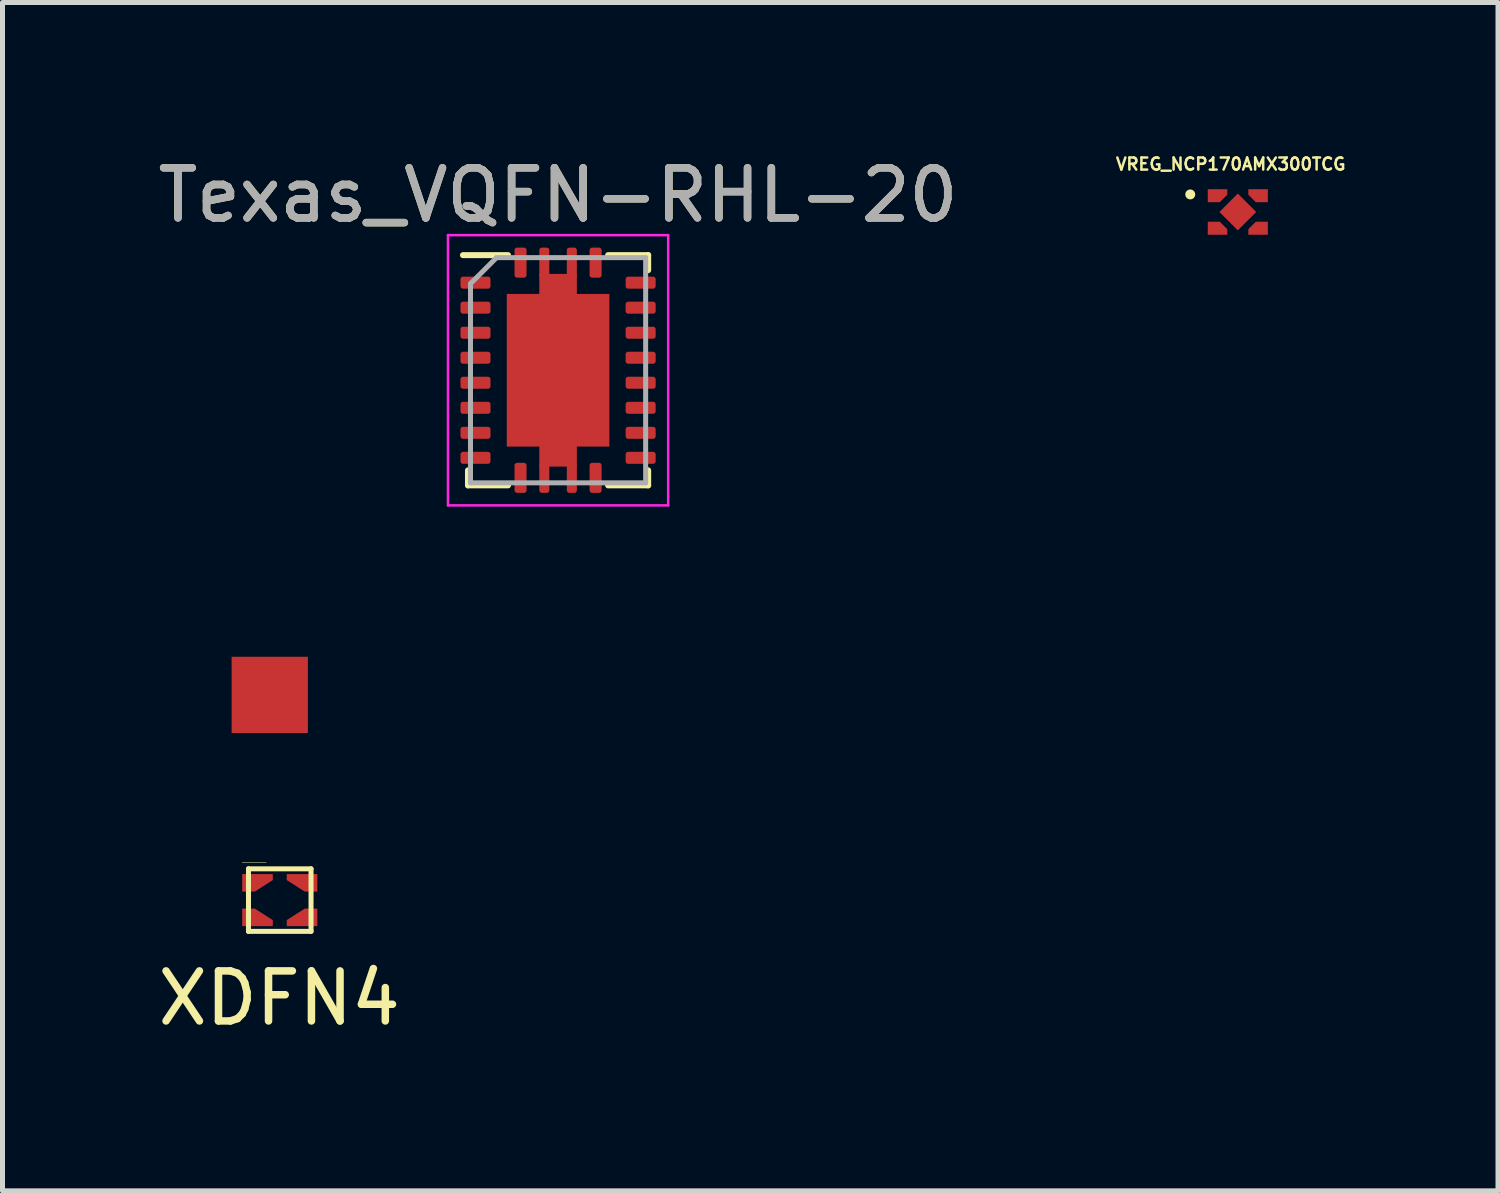
<source format=kicad_pcb>
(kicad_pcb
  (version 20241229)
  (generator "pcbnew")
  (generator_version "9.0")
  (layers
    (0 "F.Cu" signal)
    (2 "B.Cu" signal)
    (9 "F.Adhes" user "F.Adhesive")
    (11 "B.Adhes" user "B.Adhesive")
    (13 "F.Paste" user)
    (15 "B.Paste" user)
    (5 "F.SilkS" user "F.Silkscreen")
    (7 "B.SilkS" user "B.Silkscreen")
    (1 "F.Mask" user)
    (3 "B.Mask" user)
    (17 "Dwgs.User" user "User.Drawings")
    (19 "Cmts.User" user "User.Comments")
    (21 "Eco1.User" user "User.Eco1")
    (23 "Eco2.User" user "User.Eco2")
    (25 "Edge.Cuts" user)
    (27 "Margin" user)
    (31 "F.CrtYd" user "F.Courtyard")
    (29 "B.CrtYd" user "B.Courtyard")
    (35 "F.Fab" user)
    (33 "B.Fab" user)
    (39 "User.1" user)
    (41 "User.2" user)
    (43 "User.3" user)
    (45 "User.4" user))
  (footprint "XDFN4"
    (layer "F.Cu")
    (at 2.54 14.935)
    (property "Reference" "XDFN4" (at -0.01 1.96 0) (layer "F.SilkS") (effects (font (size 1 1) (thickness 0.15))))
    (attr through_hole)
    (fp_line (start -0.75 -0.75) (end -0.27 -0.75) (stroke (width 0.01) (type solid)) (layer "F.SilkS"))
    (fp_line (start -0.625 -0.625) (end -0.625 0.625) (stroke (width 0.1) (type solid)) (layer "F.SilkS"))
    (fp_line (start -0.625 -0.625) (end 0.625 -0.625) (stroke (width 0.1) (type solid)) (layer "F.SilkS"))
    (fp_line (start -0.625 0.625) (end 0.625 0.625) (stroke (width 0.1) (type solid)) (layer "F.SilkS"))
    (fp_line (start 0.625 -0.625) (end 0.625 0.625) (stroke (width 0.1) (type solid)) (layer "F.SilkS"))
    (pad "1" smd custom (at -0.62 0.39 180) (size 0.25 0.25) (layers "F.Cu" "F.Mask" "F.Paste") (options (anchor rect)) (primitives (gr_poly (pts (xy 0.13 -0.13) (xy -0.48 -0.13) (xy -0.48 -0.07) (xy -0.48 -0.01) (xy -0.12 0.22) (xy 0.13 0.22)) (width 0.001) (fill yes))))
    (pad "1" smd custom (at -0.2 -4.1) (size 1.524 1.524) (layers "F.Cu" "F.Mask" "F.Paste") (options (anchor rect)) (primitives))
    (pad "2" smd custom (at -0.62 -0.39) (size 0.25 0.25) (layers "F.Cu" "F.Mask" "F.Paste") (options (anchor rect)) (primitives (gr_poly (pts (xy -0.13 -0.13) (xy 0.48 -0.13) (xy 0.48 -0.07) (xy 0.48 -0.01) (xy 0.12 0.22) (xy -0.13 0.22)) (width 0.001) (fill yes))))
    (pad "2" smd custom (at 0.62 -0.39) (size 0.25 0.25) (layers "F.Cu" "F.Mask" "F.Paste") (options (anchor rect)) (primitives (gr_poly (pts (xy 0.13 -0.13) (xy -0.48 -0.13) (xy -0.48 -0.07) (xy -0.48 -0.01) (xy -0.12 0.22) (xy 0.13 0.22)) (width 0.001) (fill yes))))
    (pad "2" smd custom (at 0.62 0.39 180) (size 0.25 0.25) (layers "F.Cu" "F.Mask" "F.Paste") (options (anchor rect)) (primitives (gr_poly (pts (xy -0.13 -0.13) (xy 0.48 -0.13) (xy 0.48 -0.07) (xy 0.48 -0.01) (xy 0.12 0.22) (xy -0.13 0.22)) (width 0.001) (fill yes)))))
  (footprint "VREG_NCP170AMX300TCG"
    (layer "F.Cu")
    (at 21.683 1.185)
    (property "Reference" "VREG_NCP170AMX300TCG" (at -0.141 -0.956 0) (layer "F.SilkS") (effects (font (size 0.241 0.241) (thickness 0.05))))
    (attr smd)
    (fp_poly (pts (xy -0.21 -0.455) (xy -0.21 -0.345) (xy -0.36 -0.195) (xy -0.6 -0.195) (xy -0.6 -0.455) (xy -0.21 -0.455) (xy -0.21 -0.345)) (stroke (width 0.0001) (type solid)) (fill yes) (layer "F.Cu"))
    (fp_poly (pts (xy -0.21 0.455) (xy -0.21 0.345) (xy -0.36 0.195) (xy -0.6 0.195) (xy -0.6 0.455) (xy -0.21 0.455) (xy -0.21 0.345)) (stroke (width 0.0001) (type solid)) (fill yes) (layer "F.Cu"))
    (fp_poly (pts (xy 0.21 -0.455) (xy 0.21 -0.345) (xy 0.36 -0.195) (xy 0.6 -0.195) (xy 0.6 -0.455) (xy 0.21 -0.455) (xy 0.21 -0.345)) (stroke (width 0.0001) (type solid)) (fill yes) (layer "F.Cu"))
    (fp_poly (pts (xy 0.21 0.455) (xy 0.21 0.345) (xy 0.36 0.195) (xy 0.6 0.195) (xy 0.6 0.455) (xy 0.21 0.455) (xy 0.21 0.345)) (stroke (width 0.0001) (type solid)) (fill yes) (layer "F.Cu"))
    (fp_poly (pts (xy -0.11 -0.555) (xy -0.11 -0.345) (xy -0.36 -0.095) (xy -0.7 -0.095) (xy -0.7 -0.555)) (stroke (width 0.0001) (type solid)) (fill yes) (layer "F.Mask"))
    (fp_poly (pts (xy -0.11 0.555) (xy -0.11 0.345) (xy -0.36 0.095) (xy -0.7 0.095) (xy -0.7 0.555)) (stroke (width 0.0001) (type solid)) (fill yes) (layer "F.Mask"))
    (fp_poly (pts (xy 0.11 -0.555) (xy 0.11 -0.345) (xy 0.36 -0.095) (xy 0.7 -0.095) (xy 0.7 -0.555)) (stroke (width 0.0001) (type solid)) (fill yes) (layer "F.Mask"))
    (fp_poly (pts (xy 0.11 0.555) (xy 0.11 0.345) (xy 0.36 0.095) (xy 0.7 0.095) (xy 0.7 0.555)) (stroke (width 0.0001) (type solid)) (fill yes) (layer "F.Mask"))
    (fp_circle (center -0.95 -0.35) (end -0.9 -0.35) (stroke (width 0.1) (type solid)) (fill no) (layer "F.SilkS"))
    (fp_poly (pts (xy -0.21 -0.455) (xy -0.21 -0.345) (xy -0.36 -0.195) (xy -0.6 -0.195) (xy -0.6 -0.455) (xy -0.21 -0.455) (xy -0.21 -0.345)) (stroke (width 0.0001) (type solid)) (fill yes) (layer "F.Paste"))
    (fp_poly (pts (xy -0.21 0.455) (xy -0.21 0.345) (xy -0.36 0.195) (xy -0.6 0.195) (xy -0.6 0.455) (xy -0.21 0.455) (xy -0.21 0.345)) (stroke (width 0.0001) (type solid)) (fill yes) (layer "F.Paste"))
    (fp_poly (pts (xy 0.21 -0.455) (xy 0.21 -0.345) (xy 0.36 -0.195) (xy 0.6 -0.195) (xy 0.6 -0.455) (xy 0.21 -0.455) (xy 0.21 -0.345)) (stroke (width 0.0001) (type solid)) (fill yes) (layer "F.Paste"))
    (fp_poly (pts (xy 0.21 0.455) (xy 0.21 0.345) (xy 0.36 0.195) (xy 0.6 0.195) (xy 0.6 0.455) (xy 0.21 0.455) (xy 0.21 0.345)) (stroke (width 0.0001) (type solid)) (fill yes) (layer "F.Paste"))
    (fp_line (start -0.85 -0.75) (end 0.85 -0.75) (stroke (width 0.05) (type solid)) (layer "Eco1.User"))
    (fp_line (start -0.85 0.75) (end -0.85 -0.75) (stroke (width 0.05) (type solid)) (layer "Eco1.User"))
    (fp_line (start 0.85 -0.75) (end 0.85 0.75) (stroke (width 0.05) (type solid)) (layer "Eco1.User"))
    (fp_line (start 0.85 0.75) (end -0.85 0.75) (stroke (width 0.05) (type solid)) (layer "Eco1.User"))
    (fp_line (start -0.5 -0.5) (end 0.5 -0.5) (stroke (width 0.127) (type solid)) (layer "Eco2.User"))
    (fp_line (start -0.5 0.5) (end -0.5 -0.5) (stroke (width 0.127) (type solid)) (layer "Eco2.User"))
    (fp_line (start 0.5 -0.5) (end 0.5 0.5) (stroke (width 0.127) (type solid)) (layer "Eco2.User"))
    (fp_line (start 0.5 0.5) (end -0.5 0.5) (stroke (width 0.127) (type solid)) (layer "Eco2.User"))
    (pad "1" smd rect (at -0.45 -0.3 270) (size 0.1 0.1) (layers "F.Cu" "F.Mask" "F.Paste"))
    (pad "2" smd rect (at -0.45 0.3 270) (size 0.1 0.1) (layers "F.Cu" "F.Mask" "F.Paste"))
    (pad "3" smd rect (at 0.45 0.3 270) (size 0.1 0.1) (layers "F.Cu" "F.Mask" "F.Paste"))
    (pad "4" smd rect (at 0.45 -0.3 270) (size 0.1 0.1) (layers "F.Cu" "F.Mask" "F.Paste"))
    (pad "5" smd rect (at 0 0 315) (size 0.52 0.52) (layers "F.Cu" "F.Mask" "F.Paste")))
  (footprint "Texas_VQFN-RHL-20"
    (layer "F.Cu")
    (at 8.101 4.348)
    (property "Reference" "Texas_VQFN-RHL-20" (at 0 -3.5 0) (layer "F.SilkS") (effects (font (size 1 1) (thickness 0.15))))
    (attr smd)
    (fp_line (start -1.9 -2.3) (end -1 -2.3) (stroke (width 0.12) (type solid)) (layer "F.SilkS"))
    (fp_line (start -1.8 2) (end -1.8 2.3) (stroke (width 0.12) (type solid)) (layer "F.SilkS"))
    (fp_line (start -1.8 2.3) (end -1 2.3) (stroke (width 0.12) (type solid)) (layer "F.SilkS"))
    (fp_line (start 1 -2.3) (end 1.8 -2.3) (stroke (width 0.12) (type solid)) (layer "F.SilkS"))
    (fp_line (start 1 2.3) (end 1.8 2.3) (stroke (width 0.12) (type solid)) (layer "F.SilkS"))
    (fp_line (start 1.8 -2.3) (end 1.8 -2) (stroke (width 0.12) (type solid)) (layer "F.SilkS"))
    (fp_line (start 1.8 2) (end 1.8 2.3) (stroke (width 0.12) (type solid)) (layer "F.SilkS"))
    (fp_line (start -2.2 -2.7) (end -2.2 2.7) (stroke (width 0.05) (type solid)) (layer "F.CrtYd"))
    (fp_line (start -2.2 -2.7) (end 2.2 -2.7) (stroke (width 0.05) (type solid)) (layer "F.CrtYd"))
    (fp_line (start -2.2 2.7) (end 2.2 2.7) (stroke (width 0.05) (type solid)) (layer "F.CrtYd"))
    (fp_line (start 2.2 -2.7) (end 2.2 2.7) (stroke (width 0.05) (type solid)) (layer "F.CrtYd"))
    (fp_line (start -1.75 -1.73) (end -1.75 2.25) (stroke (width 0.1) (type solid)) (layer "F.Fab"))
    (fp_line (start -1.75 -1.73) (end -1.23 -2.25) (stroke (width 0.1) (type solid)) (layer "F.Fab"))
    (fp_line (start -1.75 2.25) (end 1.75 2.25) (stroke (width 0.1) (type solid)) (layer "F.Fab"))
    (fp_line (start -1.23 -2.25) (end 1.75 -2.25) (stroke (width 0.1) (type solid)) (layer "F.Fab"))
    (fp_line (start 1.75 -2.25) (end 1.75 2.25) (stroke (width 0.1) (type solid)) (layer "F.Fab"))
    (fp_text user "${REFERENCE}" (at 0 -3.5 0) (layer "F.Fab") (effects (font (size 1 1) (thickness 0.15))))
    (pad "" smd rect (at -0.56 -1.05) (size 0.92 0.85) (layers "F.Paste"))
    (pad "" smd rect (at -0.56 0) (size 0.92 0.85) (layers "F.Paste"))
    (pad "" smd rect (at -0.56 1.05) (size 0.92 0.85) (layers "F.Paste"))
    (pad "" smd rect (at 0 -1.8) (size 0.75 0.25) (layers "F.Paste"))
    (pad "" smd rect (at 0 1.8) (size 0.75 0.25) (layers "F.Paste"))
    (pad "" smd rect (at 0.56 -1.05) (size 0.92 0.85) (layers "F.Paste"))
    (pad "" smd rect (at 0.56 0) (size 0.92 0.85) (layers "F.Paste"))
    (pad "" smd rect (at 0.56 1.05) (size 0.92 0.85) (layers "F.Paste"))
    (pad "1" smd roundrect (at -0.75 -2.15) (size 0.24 0.6) (layers "F.Cu" "F.Mask" "F.Paste") (roundrect_rratio 0.21))
    (pad "2" smd roundrect (at -1.65 -1.75) (size 0.6 0.24) (layers "F.Cu" "F.Mask" "F.Paste") (roundrect_rratio 0.21))
    (pad "3" smd roundrect (at -1.65 -1.25) (size 0.6 0.24) (layers "F.Cu" "F.Mask" "F.Paste") (roundrect_rratio 0.21))
    (pad "4" smd roundrect (at -1.65 -0.75) (size 0.6 0.24) (layers "F.Cu" "F.Mask" "F.Paste") (roundrect_rratio 0.21))
    (pad "5" smd roundrect (at -1.65 -0.25) (size 0.6 0.24) (layers "F.Cu" "F.Mask" "F.Paste") (roundrect_rratio 0.21))
    (pad "6" smd roundrect (at -1.65 0.25) (size 0.6 0.24) (layers "F.Cu" "F.Mask" "F.Paste") (roundrect_rratio 0.21))
    (pad "7" smd roundrect (at -1.65 0.75) (size 0.6 0.24) (layers "F.Cu" "F.Mask" "F.Paste") (roundrect_rratio 0.21))
    (pad "8" smd roundrect (at -1.65 1.25) (size 0.6 0.24) (layers "F.Cu" "F.Mask" "F.Paste") (roundrect_rratio 0.21))
    (pad "9" smd roundrect (at -1.65 1.75) (size 0.6 0.24) (layers "F.Cu" "F.Mask" "F.Paste") (roundrect_rratio 0.21))
    (pad "10" smd roundrect (at -0.75 2.15) (size 0.24 0.6) (layers "F.Cu" "F.Mask" "F.Paste") (roundrect_rratio 0.21))
    (pad "11" smd roundrect (at 0.75 2.15) (size 0.24 0.6) (layers "F.Cu" "F.Mask" "F.Paste") (roundrect_rratio 0.21))
    (pad "12" smd roundrect (at 1.65 1.75) (size 0.6 0.24) (layers "F.Cu" "F.Mask" "F.Paste") (roundrect_rratio 0.21))
    (pad "13" smd roundrect (at 1.65 1.25) (size 0.6 0.24) (layers "F.Cu" "F.Mask" "F.Paste") (roundrect_rratio 0.21))
    (pad "14" smd roundrect (at 1.65 0.75) (size 0.6 0.24) (layers "F.Cu" "F.Mask" "F.Paste") (roundrect_rratio 0.21))
    (pad "15" smd roundrect (at 1.65 0.25) (size 0.6 0.24) (layers "F.Cu" "F.Mask" "F.Paste") (roundrect_rratio 0.21))
    (pad "16" smd roundrect (at 1.65 -0.25) (size 0.6 0.24) (layers "F.Cu" "F.Mask" "F.Paste") (roundrect_rratio 0.21))
    (pad "17" smd roundrect (at 1.65 -0.75) (size 0.6 0.24) (layers "F.Cu" "F.Mask" "F.Paste") (roundrect_rratio 0.21))
    (pad "18" smd roundrect (at 1.65 -1.25) (size 0.6 0.24) (layers "F.Cu" "F.Mask" "F.Paste") (roundrect_rratio 0.21))
    (pad "19" smd roundrect (at 1.65 -1.75) (size 0.6 0.24) (layers "F.Cu" "F.Mask" "F.Paste") (roundrect_rratio 0.21))
    (pad "20" smd roundrect (at 0.75 -2.15) (size 0.24 0.6) (layers "F.Cu" "F.Mask" "F.Paste") (roundrect_rratio 0.21))
    (pad "21" smd roundrect (at -0.275 -2.15) (size 0.2 0.6) (layers "F.Cu" "F.Mask" "F.Paste") (roundrect_rratio 0.25))
    (pad "21" smd roundrect (at -0.275 2.15) (size 0.2 0.6) (layers "F.Cu" "F.Mask" "F.Paste") (roundrect_rratio 0.25))
    (pad "21" smd custom (at 0 0) (size 1.524 1.524) (layers "F.Cu" "F.Mask") (options (anchor rect)) (primitives (gr_poly (pts (xy 1.025 1.525) (xy 1.025 -1.525) (xy 0.375 -1.525) (xy 0.375 -1.925) (xy -0.375 -1.925) (xy -0.375 -1.525) (xy -1.025 -1.525) (xy -1.025 1.525) (xy -0.375 1.525) (xy -0.375 1.925) (xy 0.375 1.925) (xy 0.375 1.525)) (width 0) (fill yes))))
    (pad "21" smd roundrect (at 0.275 -2.15) (size 0.2 0.6) (layers "F.Cu" "F.Mask" "F.Paste") (roundrect_rratio 0.25))
    (pad "21" smd roundrect (at 0.275 2.15) (size 0.2 0.6) (layers "F.Cu" "F.Mask" "F.Paste") (roundrect_rratio 0.25)))
  (gr_rect
    (start -3 -3)
    (end 26.882 20.744)
    (stroke (width 0.1) (type default))
    (fill no)
    (layer "Edge.Cuts")))
</source>
